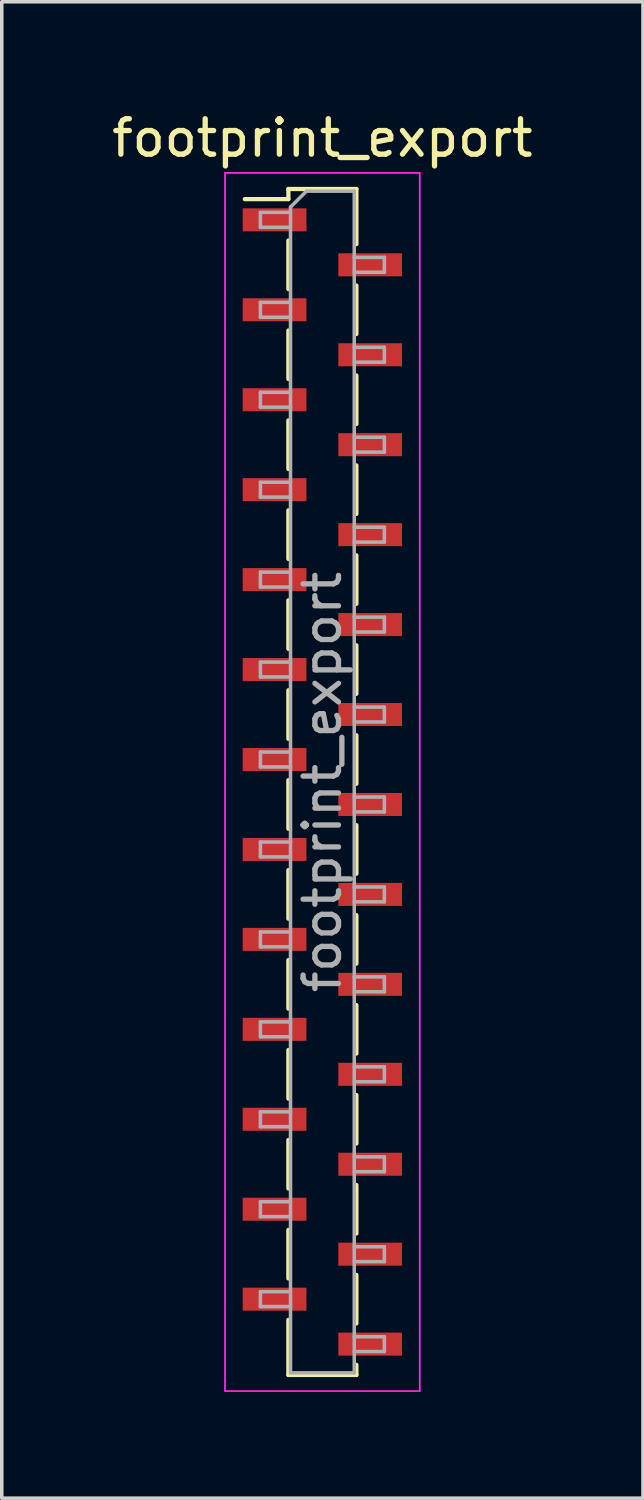
<source format=kicad_pcb>
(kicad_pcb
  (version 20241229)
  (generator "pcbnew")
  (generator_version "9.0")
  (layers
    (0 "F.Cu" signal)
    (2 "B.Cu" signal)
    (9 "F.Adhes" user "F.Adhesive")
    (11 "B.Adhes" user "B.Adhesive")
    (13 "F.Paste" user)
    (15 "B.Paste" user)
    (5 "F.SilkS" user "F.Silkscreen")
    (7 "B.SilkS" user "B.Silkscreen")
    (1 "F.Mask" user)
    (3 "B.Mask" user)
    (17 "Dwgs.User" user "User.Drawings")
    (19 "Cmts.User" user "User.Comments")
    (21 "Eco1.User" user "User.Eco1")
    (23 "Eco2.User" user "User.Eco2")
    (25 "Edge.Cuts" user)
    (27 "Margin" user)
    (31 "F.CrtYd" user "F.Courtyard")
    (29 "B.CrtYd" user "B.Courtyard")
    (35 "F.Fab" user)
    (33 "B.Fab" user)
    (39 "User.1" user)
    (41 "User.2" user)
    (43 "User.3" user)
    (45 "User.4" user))
  (footprint "footprint_export"
    (layer "F.Cu")
    (at 6.054 19.033)
    (property "Reference" "footprint_export" (at 0 -18.185 0) (layer "F.SilkS") (effects (font (size 1 1) (thickness 0.15))))
    (attr smd)
    (fp_line (start -2.19 -16.46) (end -0.96 -16.46) (stroke (width 0.12) (type solid)) (layer "F.SilkS"))
    (fp_line (start -0.96 -16.745) (end -0.96 -16.46) (stroke (width 0.12) (type solid)) (layer "F.SilkS"))
    (fp_line (start -0.96 -16.745) (end 0.96 -16.745) (stroke (width 0.12) (type solid)) (layer "F.SilkS"))
    (fp_line (start -0.96 -15.29) (end -0.96 -13.92) (stroke (width 0.12) (type solid)) (layer "F.SilkS"))
    (fp_line (start -0.96 -12.75) (end -0.96 -11.38) (stroke (width 0.12) (type solid)) (layer "F.SilkS"))
    (fp_line (start -0.96 -10.21) (end -0.96 -8.84) (stroke (width 0.12) (type solid)) (layer "F.SilkS"))
    (fp_line (start -0.96 -7.67) (end -0.96 -6.3) (stroke (width 0.12) (type solid)) (layer "F.SilkS"))
    (fp_line (start -0.96 -5.13) (end -0.96 -3.76) (stroke (width 0.12) (type solid)) (layer "F.SilkS"))
    (fp_line (start -0.96 -2.59) (end -0.96 -1.22) (stroke (width 0.12) (type solid)) (layer "F.SilkS"))
    (fp_line (start -0.96 -0.05) (end -0.96 1.32) (stroke (width 0.12) (type solid)) (layer "F.SilkS"))
    (fp_line (start -0.96 2.49) (end -0.96 3.86) (stroke (width 0.12) (type solid)) (layer "F.SilkS"))
    (fp_line (start -0.96 5.03) (end -0.96 6.4) (stroke (width 0.12) (type solid)) (layer "F.SilkS"))
    (fp_line (start -0.96 7.57) (end -0.96 8.94) (stroke (width 0.12) (type solid)) (layer "F.SilkS"))
    (fp_line (start -0.96 10.11) (end -0.96 11.48) (stroke (width 0.12) (type solid)) (layer "F.SilkS"))
    (fp_line (start -0.96 12.65) (end -0.96 14.02) (stroke (width 0.12) (type solid)) (layer "F.SilkS"))
    (fp_line (start -0.96 15.19) (end -0.96 16.745) (stroke (width 0.12) (type solid)) (layer "F.SilkS"))
    (fp_line (start -0.96 16.745) (end 0.96 16.745) (stroke (width 0.12) (type solid)) (layer "F.SilkS"))
    (fp_line (start 0.96 -16.745) (end 0.96 -15.19) (stroke (width 0.12) (type solid)) (layer "F.SilkS"))
    (fp_line (start 0.96 -14.02) (end 0.96 -12.65) (stroke (width 0.12) (type solid)) (layer "F.SilkS"))
    (fp_line (start 0.96 -11.48) (end 0.96 -10.11) (stroke (width 0.12) (type solid)) (layer "F.SilkS"))
    (fp_line (start 0.96 -8.94) (end 0.96 -7.57) (stroke (width 0.12) (type solid)) (layer "F.SilkS"))
    (fp_line (start 0.96 -6.4) (end 0.96 -5.03) (stroke (width 0.12) (type solid)) (layer "F.SilkS"))
    (fp_line (start 0.96 -3.86) (end 0.96 -2.49) (stroke (width 0.12) (type solid)) (layer "F.SilkS"))
    (fp_line (start 0.96 -1.32) (end 0.96 0.05) (stroke (width 0.12) (type solid)) (layer "F.SilkS"))
    (fp_line (start 0.96 1.22) (end 0.96 2.59) (stroke (width 0.12) (type solid)) (layer "F.SilkS"))
    (fp_line (start 0.96 3.76) (end 0.96 5.13) (stroke (width 0.12) (type solid)) (layer "F.SilkS"))
    (fp_line (start 0.96 6.3) (end 0.96 7.67) (stroke (width 0.12) (type solid)) (layer "F.SilkS"))
    (fp_line (start 0.96 8.84) (end 0.96 10.21) (stroke (width 0.12) (type solid)) (layer "F.SilkS"))
    (fp_line (start 0.96 11.38) (end 0.96 12.75) (stroke (width 0.12) (type solid)) (layer "F.SilkS"))
    (fp_line (start 0.96 13.92) (end 0.96 15.29) (stroke (width 0.12) (type solid)) (layer "F.SilkS"))
    (fp_line (start 0.96 16.46) (end 0.96 16.745) (stroke (width 0.12) (type solid)) (layer "F.SilkS"))
    (fp_line (start -2.75 -17.2) (end 2.75 -17.2) (stroke (width 0.05) (type solid)) (layer "F.CrtYd"))
    (fp_line (start -2.75 17.2) (end -2.75 -17.2) (stroke (width 0.05) (type solid)) (layer "F.CrtYd"))
    (fp_line (start 2.75 -17.2) (end 2.75 17.2) (stroke (width 0.05) (type solid)) (layer "F.CrtYd"))
    (fp_line (start 2.75 17.2) (end -2.75 17.2) (stroke (width 0.05) (type solid)) (layer "F.CrtYd"))
    (fp_line (start -1.75 -16.085) (end -0.9 -16.085) (stroke (width 0.1) (type solid)) (layer "F.Fab"))
    (fp_line (start -1.75 -15.665) (end -1.75 -16.085) (stroke (width 0.1) (type solid)) (layer "F.Fab"))
    (fp_line (start -1.75 -13.545) (end -0.9 -13.545) (stroke (width 0.1) (type solid)) (layer "F.Fab"))
    (fp_line (start -1.75 -13.125) (end -1.75 -13.545) (stroke (width 0.1) (type solid)) (layer "F.Fab"))
    (fp_line (start -1.75 -11.005) (end -0.9 -11.005) (stroke (width 0.1) (type solid)) (layer "F.Fab"))
    (fp_line (start -1.75 -10.585) (end -1.75 -11.005) (stroke (width 0.1) (type solid)) (layer "F.Fab"))
    (fp_line (start -1.75 -8.465) (end -0.9 -8.465) (stroke (width 0.1) (type solid)) (layer "F.Fab"))
    (fp_line (start -1.75 -8.045) (end -1.75 -8.465) (stroke (width 0.1) (type solid)) (layer "F.Fab"))
    (fp_line (start -1.75 -5.925) (end -0.9 -5.925) (stroke (width 0.1) (type solid)) (layer "F.Fab"))
    (fp_line (start -1.75 -5.505) (end -1.75 -5.925) (stroke (width 0.1) (type solid)) (layer "F.Fab"))
    (fp_line (start -1.75 -3.385) (end -0.9 -3.385) (stroke (width 0.1) (type solid)) (layer "F.Fab"))
    (fp_line (start -1.75 -2.965) (end -1.75 -3.385) (stroke (width 0.1) (type solid)) (layer "F.Fab"))
    (fp_line (start -1.75 -0.845) (end -0.9 -0.845) (stroke (width 0.1) (type solid)) (layer "F.Fab"))
    (fp_line (start -1.75 -0.425) (end -1.75 -0.845) (stroke (width 0.1) (type solid)) (layer "F.Fab"))
    (fp_line (start -1.75 1.695) (end -0.9 1.695) (stroke (width 0.1) (type solid)) (layer "F.Fab"))
    (fp_line (start -1.75 2.115) (end -1.75 1.695) (stroke (width 0.1) (type solid)) (layer "F.Fab"))
    (fp_line (start -1.75 4.235) (end -0.9 4.235) (stroke (width 0.1) (type solid)) (layer "F.Fab"))
    (fp_line (start -1.75 4.655) (end -1.75 4.235) (stroke (width 0.1) (type solid)) (layer "F.Fab"))
    (fp_line (start -1.75 6.775) (end -0.9 6.775) (stroke (width 0.1) (type solid)) (layer "F.Fab"))
    (fp_line (start -1.75 7.195) (end -1.75 6.775) (stroke (width 0.1) (type solid)) (layer "F.Fab"))
    (fp_line (start -1.75 9.315) (end -0.9 9.315) (stroke (width 0.1) (type solid)) (layer "F.Fab"))
    (fp_line (start -1.75 9.735) (end -1.75 9.315) (stroke (width 0.1) (type solid)) (layer "F.Fab"))
    (fp_line (start -1.75 11.855) (end -0.9 11.855) (stroke (width 0.1) (type solid)) (layer "F.Fab"))
    (fp_line (start -1.75 12.275) (end -1.75 11.855) (stroke (width 0.1) (type solid)) (layer "F.Fab"))
    (fp_line (start -1.75 14.395) (end -0.9 14.395) (stroke (width 0.1) (type solid)) (layer "F.Fab"))
    (fp_line (start -1.75 14.815) (end -1.75 14.395) (stroke (width 0.1) (type solid)) (layer "F.Fab"))
    (fp_line (start -0.9 -16.235) (end -0.45 -16.685) (stroke (width 0.1) (type solid)) (layer "F.Fab"))
    (fp_line (start -0.9 -15.665) (end -1.75 -15.665) (stroke (width 0.1) (type solid)) (layer "F.Fab"))
    (fp_line (start -0.9 -13.125) (end -1.75 -13.125) (stroke (width 0.1) (type solid)) (layer "F.Fab"))
    (fp_line (start -0.9 -10.585) (end -1.75 -10.585) (stroke (width 0.1) (type solid)) (layer "F.Fab"))
    (fp_line (start -0.9 -8.045) (end -1.75 -8.045) (stroke (width 0.1) (type solid)) (layer "F.Fab"))
    (fp_line (start -0.9 -5.505) (end -1.75 -5.505) (stroke (width 0.1) (type solid)) (layer "F.Fab"))
    (fp_line (start -0.9 -2.965) (end -1.75 -2.965) (stroke (width 0.1) (type solid)) (layer "F.Fab"))
    (fp_line (start -0.9 -0.425) (end -1.75 -0.425) (stroke (width 0.1) (type solid)) (layer "F.Fab"))
    (fp_line (start -0.9 2.115) (end -1.75 2.115) (stroke (width 0.1) (type solid)) (layer "F.Fab"))
    (fp_line (start -0.9 4.655) (end -1.75 4.655) (stroke (width 0.1) (type solid)) (layer "F.Fab"))
    (fp_line (start -0.9 7.195) (end -1.75 7.195) (stroke (width 0.1) (type solid)) (layer "F.Fab"))
    (fp_line (start -0.9 9.735) (end -1.75 9.735) (stroke (width 0.1) (type solid)) (layer "F.Fab"))
    (fp_line (start -0.9 12.275) (end -1.75 12.275) (stroke (width 0.1) (type solid)) (layer "F.Fab"))
    (fp_line (start -0.9 14.815) (end -1.75 14.815) (stroke (width 0.1) (type solid)) (layer "F.Fab"))
    (fp_line (start -0.9 16.685) (end -0.9 -16.235) (stroke (width 0.1) (type solid)) (layer "F.Fab"))
    (fp_line (start -0.45 -16.685) (end 0.9 -16.685) (stroke (width 0.1) (type solid)) (layer "F.Fab"))
    (fp_line (start 0.9 -16.685) (end 0.9 16.685) (stroke (width 0.1) (type solid)) (layer "F.Fab"))
    (fp_line (start 0.9 -14.815) (end 1.75 -14.815) (stroke (width 0.1) (type solid)) (layer "F.Fab"))
    (fp_line (start 0.9 -12.275) (end 1.75 -12.275) (stroke (width 0.1) (type solid)) (layer "F.Fab"))
    (fp_line (start 0.9 -9.735) (end 1.75 -9.735) (stroke (width 0.1) (type solid)) (layer "F.Fab"))
    (fp_line (start 0.9 -7.195) (end 1.75 -7.195) (stroke (width 0.1) (type solid)) (layer "F.Fab"))
    (fp_line (start 0.9 -4.655) (end 1.75 -4.655) (stroke (width 0.1) (type solid)) (layer "F.Fab"))
    (fp_line (start 0.9 -2.115) (end 1.75 -2.115) (stroke (width 0.1) (type solid)) (layer "F.Fab"))
    (fp_line (start 0.9 0.425) (end 1.75 0.425) (stroke (width 0.1) (type solid)) (layer "F.Fab"))
    (fp_line (start 0.9 2.965) (end 1.75 2.965) (stroke (width 0.1) (type solid)) (layer "F.Fab"))
    (fp_line (start 0.9 5.505) (end 1.75 5.505) (stroke (width 0.1) (type solid)) (layer "F.Fab"))
    (fp_line (start 0.9 8.045) (end 1.75 8.045) (stroke (width 0.1) (type solid)) (layer "F.Fab"))
    (fp_line (start 0.9 10.585) (end 1.75 10.585) (stroke (width 0.1) (type solid)) (layer "F.Fab"))
    (fp_line (start 0.9 13.125) (end 1.75 13.125) (stroke (width 0.1) (type solid)) (layer "F.Fab"))
    (fp_line (start 0.9 15.665) (end 1.75 15.665) (stroke (width 0.1) (type solid)) (layer "F.Fab"))
    (fp_line (start 0.9 16.685) (end -0.9 16.685) (stroke (width 0.1) (type solid)) (layer "F.Fab"))
    (fp_line (start 1.75 -14.815) (end 1.75 -14.395) (stroke (width 0.1) (type solid)) (layer "F.Fab"))
    (fp_line (start 1.75 -14.395) (end 0.9 -14.395) (stroke (width 0.1) (type solid)) (layer "F.Fab"))
    (fp_line (start 1.75 -12.275) (end 1.75 -11.855) (stroke (width 0.1) (type solid)) (layer "F.Fab"))
    (fp_line (start 1.75 -11.855) (end 0.9 -11.855) (stroke (width 0.1) (type solid)) (layer "F.Fab"))
    (fp_line (start 1.75 -9.735) (end 1.75 -9.315) (stroke (width 0.1) (type solid)) (layer "F.Fab"))
    (fp_line (start 1.75 -9.315) (end 0.9 -9.315) (stroke (width 0.1) (type solid)) (layer "F.Fab"))
    (fp_line (start 1.75 -7.195) (end 1.75 -6.775) (stroke (width 0.1) (type solid)) (layer "F.Fab"))
    (fp_line (start 1.75 -6.775) (end 0.9 -6.775) (stroke (width 0.1) (type solid)) (layer "F.Fab"))
    (fp_line (start 1.75 -4.655) (end 1.75 -4.235) (stroke (width 0.1) (type solid)) (layer "F.Fab"))
    (fp_line (start 1.75 -4.235) (end 0.9 -4.235) (stroke (width 0.1) (type solid)) (layer "F.Fab"))
    (fp_line (start 1.75 -2.115) (end 1.75 -1.695) (stroke (width 0.1) (type solid)) (layer "F.Fab"))
    (fp_line (start 1.75 -1.695) (end 0.9 -1.695) (stroke (width 0.1) (type solid)) (layer "F.Fab"))
    (fp_line (start 1.75 0.425) (end 1.75 0.845) (stroke (width 0.1) (type solid)) (layer "F.Fab"))
    (fp_line (start 1.75 0.845) (end 0.9 0.845) (stroke (width 0.1) (type solid)) (layer "F.Fab"))
    (fp_line (start 1.75 2.965) (end 1.75 3.385) (stroke (width 0.1) (type solid)) (layer "F.Fab"))
    (fp_line (start 1.75 3.385) (end 0.9 3.385) (stroke (width 0.1) (type solid)) (layer "F.Fab"))
    (fp_line (start 1.75 5.505) (end 1.75 5.925) (stroke (width 0.1) (type solid)) (layer "F.Fab"))
    (fp_line (start 1.75 5.925) (end 0.9 5.925) (stroke (width 0.1) (type solid)) (layer "F.Fab"))
    (fp_line (start 1.75 8.045) (end 1.75 8.465) (stroke (width 0.1) (type solid)) (layer "F.Fab"))
    (fp_line (start 1.75 8.465) (end 0.9 8.465) (stroke (width 0.1) (type solid)) (layer "F.Fab"))
    (fp_line (start 1.75 10.585) (end 1.75 11.005) (stroke (width 0.1) (type solid)) (layer "F.Fab"))
    (fp_line (start 1.75 11.005) (end 0.9 11.005) (stroke (width 0.1) (type solid)) (layer "F.Fab"))
    (fp_line (start 1.75 13.125) (end 1.75 13.545) (stroke (width 0.1) (type solid)) (layer "F.Fab"))
    (fp_line (start 1.75 13.545) (end 0.9 13.545) (stroke (width 0.1) (type solid)) (layer "F.Fab"))
    (fp_line (start 1.75 15.665) (end 1.75 16.085) (stroke (width 0.1) (type solid)) (layer "F.Fab"))
    (fp_line (start 1.75 16.085) (end 0.9 16.085) (stroke (width 0.1) (type solid)) (layer "F.Fab"))
    (fp_text user "${REFERENCE}" (at 0 0 90) (layer "F.Fab") (effects (font (size 1 1) (thickness 0.15))))
    (pad "1" smd rect (at -1.35 -15.875) (size 1.8 0.65) (layers "F.Cu" "F.Mask" "F.Paste"))
    (pad "2" smd rect (at 1.35 -14.605) (size 1.8 0.65) (layers "F.Cu" "F.Mask" "F.Paste"))
    (pad "3" smd rect (at -1.35 -13.335) (size 1.8 0.65) (layers "F.Cu" "F.Mask" "F.Paste"))
    (pad "4" smd rect (at 1.35 -12.065) (size 1.8 0.65) (layers "F.Cu" "F.Mask" "F.Paste"))
    (pad "5" smd rect (at -1.35 -10.795) (size 1.8 0.65) (layers "F.Cu" "F.Mask" "F.Paste"))
    (pad "6" smd rect (at 1.35 -9.525) (size 1.8 0.65) (layers "F.Cu" "F.Mask" "F.Paste"))
    (pad "7" smd rect (at -1.35 -8.255) (size 1.8 0.65) (layers "F.Cu" "F.Mask" "F.Paste"))
    (pad "8" smd rect (at 1.35 -6.985) (size 1.8 0.65) (layers "F.Cu" "F.Mask" "F.Paste"))
    (pad "9" smd rect (at -1.35 -5.715) (size 1.8 0.65) (layers "F.Cu" "F.Mask" "F.Paste"))
    (pad "10" smd rect (at 1.35 -4.445) (size 1.8 0.65) (layers "F.Cu" "F.Mask" "F.Paste"))
    (pad "11" smd rect (at -1.35 -3.175) (size 1.8 0.65) (layers "F.Cu" "F.Mask" "F.Paste"))
    (pad "12" smd rect (at 1.35 -1.905) (size 1.8 0.65) (layers "F.Cu" "F.Mask" "F.Paste"))
    (pad "13" smd rect (at -1.35 -0.635) (size 1.8 0.65) (layers "F.Cu" "F.Mask" "F.Paste"))
    (pad "14" smd rect (at 1.35 0.635) (size 1.8 0.65) (layers "F.Cu" "F.Mask" "F.Paste"))
    (pad "15" smd rect (at -1.35 1.905) (size 1.8 0.65) (layers "F.Cu" "F.Mask" "F.Paste"))
    (pad "16" smd rect (at 1.35 3.175) (size 1.8 0.65) (layers "F.Cu" "F.Mask" "F.Paste"))
    (pad "17" smd rect (at -1.35 4.445) (size 1.8 0.65) (layers "F.Cu" "F.Mask" "F.Paste"))
    (pad "18" smd rect (at 1.35 5.715) (size 1.8 0.65) (layers "F.Cu" "F.Mask" "F.Paste"))
    (pad "19" smd rect (at -1.35 6.985) (size 1.8 0.65) (layers "F.Cu" "F.Mask" "F.Paste"))
    (pad "20" smd rect (at 1.35 8.255) (size 1.8 0.65) (layers "F.Cu" "F.Mask" "F.Paste"))
    (pad "21" smd rect (at -1.35 9.525) (size 1.8 0.65) (layers "F.Cu" "F.Mask" "F.Paste"))
    (pad "22" smd rect (at 1.35 10.795) (size 1.8 0.65) (layers "F.Cu" "F.Mask" "F.Paste"))
    (pad "23" smd rect (at -1.35 12.065) (size 1.8 0.65) (layers "F.Cu" "F.Mask" "F.Paste"))
    (pad "24" smd rect (at 1.35 13.335) (size 1.8 0.65) (layers "F.Cu" "F.Mask" "F.Paste"))
    (pad "25" smd rect (at -1.35 14.605) (size 1.8 0.65) (layers "F.Cu" "F.Mask" "F.Paste"))
    (pad "26" smd rect (at 1.35 15.875) (size 1.8 0.65) (layers "F.Cu" "F.Mask" "F.Paste")))
  (gr_rect
    (start -3 -3)
    (end 15.107 39.258)
    (stroke (width 0.1) (type default))
    (fill no)
    (layer "Edge.Cuts")))
</source>
